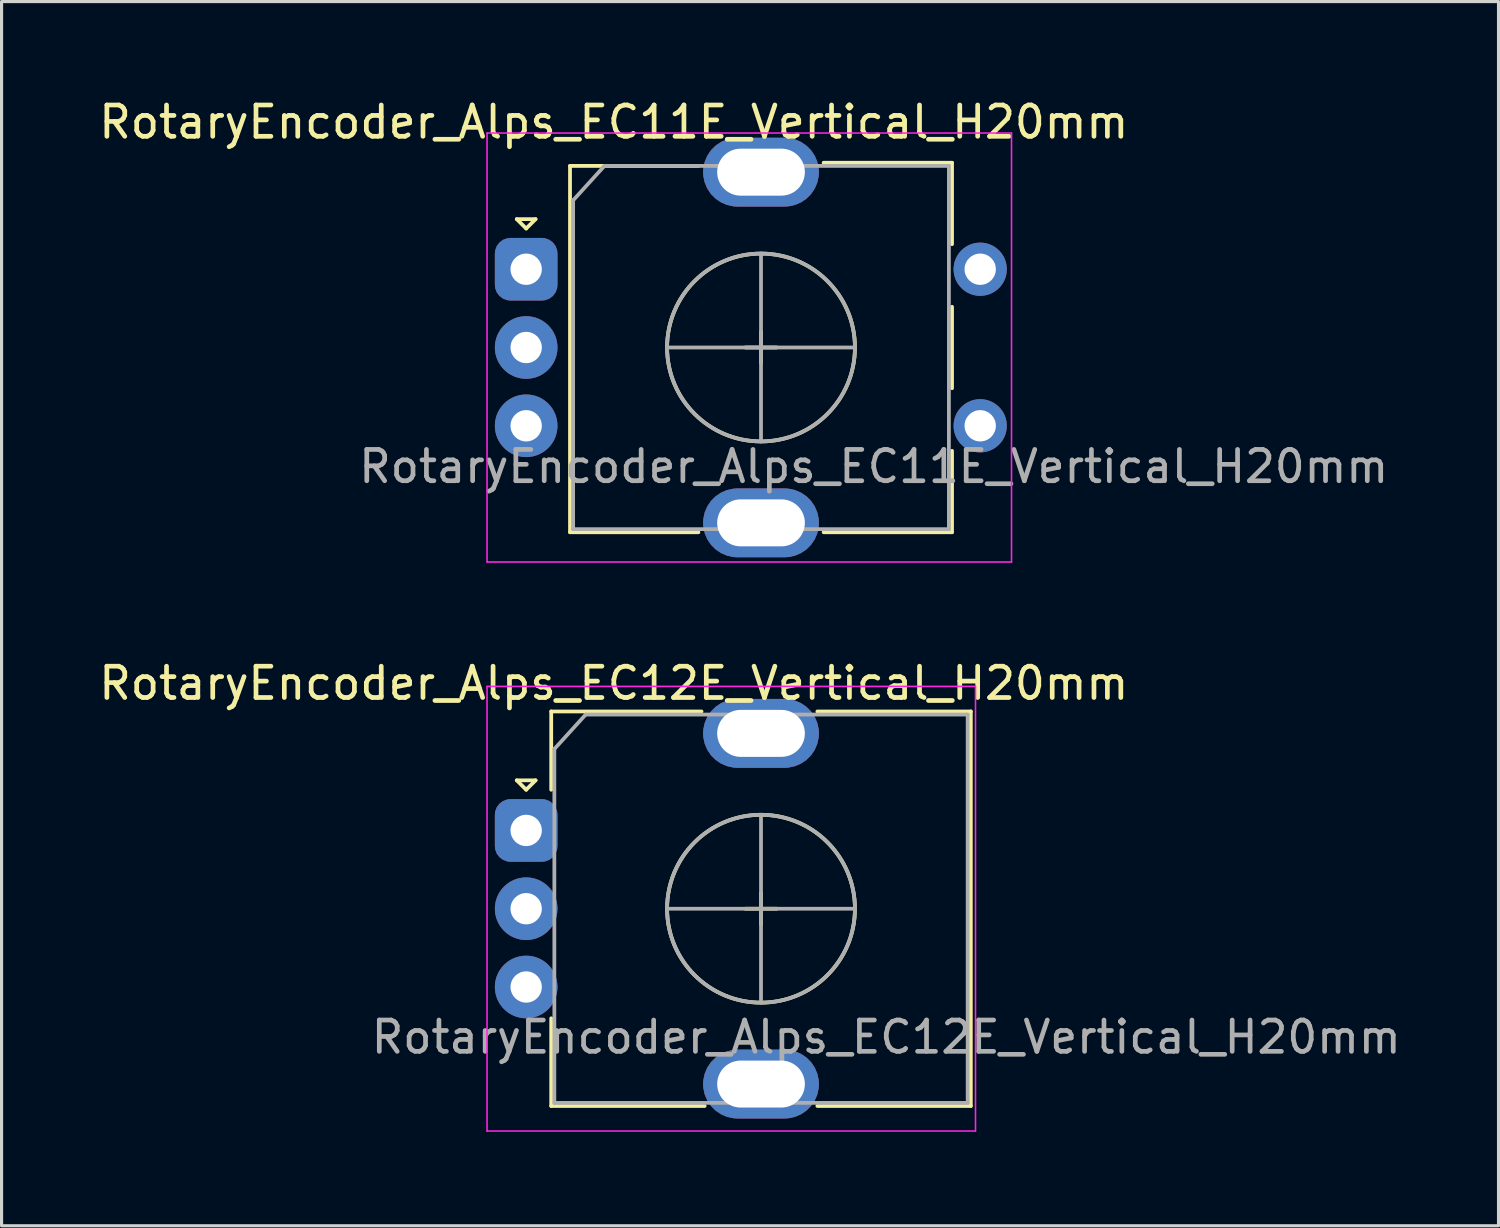
<source format=kicad_pcb>
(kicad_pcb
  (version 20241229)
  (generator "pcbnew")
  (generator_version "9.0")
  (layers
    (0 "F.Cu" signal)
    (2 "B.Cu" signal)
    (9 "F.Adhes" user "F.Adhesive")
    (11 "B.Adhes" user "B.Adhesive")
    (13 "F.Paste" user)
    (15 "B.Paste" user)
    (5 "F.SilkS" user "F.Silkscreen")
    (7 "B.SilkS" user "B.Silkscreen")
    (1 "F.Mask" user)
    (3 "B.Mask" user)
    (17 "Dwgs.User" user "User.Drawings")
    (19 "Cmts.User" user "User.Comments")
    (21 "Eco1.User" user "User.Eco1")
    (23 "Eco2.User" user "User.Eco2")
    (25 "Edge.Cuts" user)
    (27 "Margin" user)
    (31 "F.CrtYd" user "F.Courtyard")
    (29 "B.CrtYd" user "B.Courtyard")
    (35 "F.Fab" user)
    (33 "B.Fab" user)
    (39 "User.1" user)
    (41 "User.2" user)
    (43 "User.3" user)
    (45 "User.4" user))
  (footprint "RotaryEncoder_Alps_EC11E_Vertical_H20mm"
    (layer "F.Cu")
    (at 13.754 5.548)
    (property "Reference" "RotaryEncoder_Alps_EC11E_Vertical_H20mm" (at 2.8 -4.7 0) (layer "F.SilkS") (effects (font (size 1 1) (thickness 0.15))))
    (attr through_hole)
    (fp_line (start -0.3 -1.6) (end 0.3 -1.6) (stroke (width 0.12) (type solid)) (layer "F.SilkS"))
    (fp_line (start 0 -1.3) (end -0.3 -1.6) (stroke (width 0.12) (type solid)) (layer "F.SilkS"))
    (fp_line (start 0.3 -1.6) (end 0 -1.3) (stroke (width 0.12) (type solid)) (layer "F.SilkS"))
    (fp_line (start 1.4 -3.3) (end 1.4 8.4) (stroke (width 0.12) (type solid)) (layer "F.SilkS"))
    (fp_line (start 5.5 -3.3) (end 1.4 -3.3) (stroke (width 0.12) (type solid)) (layer "F.SilkS"))
    (fp_line (start 5.5 8.4) (end 1.4 8.4) (stroke (width 0.12) (type solid)) (layer "F.SilkS"))
    (fp_line (start 7 2.5) (end 8 2.5) (stroke (width 0.12) (type solid)) (layer "F.SilkS"))
    (fp_line (start 7.5 2) (end 7.5 3) (stroke (width 0.12) (type solid)) (layer "F.SilkS"))
    (fp_line (start 9.5 -3.4) (end 13.6 -3.4) (stroke (width 0.12) (type solid)) (layer "F.SilkS"))
    (fp_line (start 13.6 -3.4) (end 13.6 -0.8) (stroke (width 0.12) (type solid)) (layer "F.SilkS"))
    (fp_line (start 13.6 1.2) (end 13.6 3.8) (stroke (width 0.12) (type solid)) (layer "F.SilkS"))
    (fp_line (start 13.6 5.8) (end 13.6 8.4) (stroke (width 0.12) (type solid)) (layer "F.SilkS"))
    (fp_line (start 13.6 8.4) (end 9.5 8.4) (stroke (width 0.12) (type solid)) (layer "F.SilkS"))
    (fp_circle (center 7.5 2.5) (end 10.5 2.5) (stroke (width 0.12) (type solid)) (fill no) (layer "F.SilkS"))
    (fp_line (start -1.25 -4.35) (end -1.25 9.35) (stroke (width 0.05) (type solid)) (layer "F.CrtYd"))
    (fp_line (start -1.25 -4.35) (end 15.5 -4.35) (stroke (width 0.05) (type solid)) (layer "F.CrtYd"))
    (fp_line (start 15.5 9.35) (end -1.25 9.35) (stroke (width 0.05) (type solid)) (layer "F.CrtYd"))
    (fp_line (start 15.5 9.35) (end 15.5 -4.35) (stroke (width 0.05) (type solid)) (layer "F.CrtYd"))
    (fp_line (start 1.5 -2.2) (end 2.5 -3.3) (stroke (width 0.12) (type solid)) (layer "F.Fab"))
    (fp_line (start 1.5 8.3) (end 1.5 -2.2) (stroke (width 0.12) (type solid)) (layer "F.Fab"))
    (fp_line (start 2.5 -3.3) (end 13.5 -3.3) (stroke (width 0.12) (type solid)) (layer "F.Fab"))
    (fp_line (start 4.5 2.5) (end 10.5 2.5) (stroke (width 0.12) (type solid)) (layer "F.Fab"))
    (fp_line (start 7.5 -0.5) (end 7.5 5.5) (stroke (width 0.12) (type solid)) (layer "F.Fab"))
    (fp_line (start 13.5 -3.3) (end 13.5 8.3) (stroke (width 0.12) (type solid)) (layer "F.Fab"))
    (fp_line (start 13.5 8.3) (end 1.5 8.3) (stroke (width 0.12) (type solid)) (layer "F.Fab"))
    (fp_circle (center 7.5 2.5) (end 10.5 2.5) (stroke (width 0.12) (type solid)) (fill no) (layer "F.Fab"))
    (fp_text user "${REFERENCE}" (at 11.1 6.3 0) (layer "F.Fab") (effects (font (size 1 1) (thickness 0.15))))
    (pad "" thru_hole circle (at 14.5 0) (size 1.7 1.7) (drill 1) (layers "*.Cu" "*.Mask"))
    (pad "" thru_hole circle (at 14.5 5) (size 1.7 1.7) (drill 1) (layers "*.Cu" "*.Mask"))
    (pad "A" thru_hole roundrect (at 0 0) (size 2 2) (drill 1) (layers "*.Cu" "*.Mask") (roundrect_rratio 0.25))
    (pad "B" thru_hole circle (at 0 5) (size 2 2) (drill 1) (layers "*.Cu" "*.Mask"))
    (pad "C" thru_hole circle (at 0 2.5) (size 2 2) (drill 1) (layers "*.Cu" "*.Mask"))
    (pad "MP" thru_hole roundrect (at 7.5 -3.1) (size 3.7 2.2) (drill oval 2.8 1.5) (layers "*.Cu" "*.Mask") (roundrect_rratio 0.5))
    (pad "MP" thru_hole roundrect (at 7.5 8.1) (size 3.7 2.2) (drill oval 2.8 1.5) (layers "*.Cu" "*.Mask") (roundrect_rratio 0.5)))
  (footprint "RotaryEncoder_Alps_EC12E_Vertical_H20mm"
    (layer "F.Cu")
    (at 13.754 23.471)
    (property "Reference" "RotaryEncoder_Alps_EC12E_Vertical_H20mm" (at 2.8 -4.7 0) (layer "F.SilkS") (effects (font (size 1 1) (thickness 0.15))))
    (attr through_hole)
    (fp_line (start -0.3 -1.6) (end 0.3 -1.6) (stroke (width 0.12) (type solid)) (layer "F.SilkS"))
    (fp_line (start 0 -1.3) (end -0.3 -1.6) (stroke (width 0.12) (type solid)) (layer "F.SilkS"))
    (fp_line (start 0.3 -1.6) (end 0 -1.3) (stroke (width 0.12) (type solid)) (layer "F.SilkS"))
    (fp_line (start 0.8 -3.8) (end 0.8 -1.3) (stroke (width 0.12) (type solid)) (layer "F.SilkS"))
    (fp_line (start 0.8 8.8) (end 0.8 6) (stroke (width 0.12) (type solid)) (layer "F.SilkS"))
    (fp_line (start 5.6 -3.8) (end 0.8 -3.8) (stroke (width 0.12) (type solid)) (layer "F.SilkS"))
    (fp_line (start 5.7 8.8) (end 0.8 8.8) (stroke (width 0.12) (type solid)) (layer "F.SilkS"))
    (fp_line (start 7 2.5) (end 8 2.5) (stroke (width 0.12) (type solid)) (layer "F.SilkS"))
    (fp_line (start 7.5 2) (end 7.5 3) (stroke (width 0.12) (type solid)) (layer "F.SilkS"))
    (fp_line (start 9.3 -3.8) (end 14.2 -3.8) (stroke (width 0.12) (type solid)) (layer "F.SilkS"))
    (fp_line (start 14.2 -3.8) (end 14.2 8.8) (stroke (width 0.12) (type solid)) (layer "F.SilkS"))
    (fp_line (start 14.2 8.8) (end 9.3 8.8) (stroke (width 0.12) (type solid)) (layer "F.SilkS"))
    (fp_circle (center 7.5 2.5) (end 10.5 2.5) (stroke (width 0.12) (type solid)) (fill no) (layer "F.SilkS"))
    (fp_line (start -1.25 -4.6) (end -1.25 9.6) (stroke (width 0.05) (type solid)) (layer "F.CrtYd"))
    (fp_line (start -1.25 -4.6) (end 14.35 -4.6) (stroke (width 0.05) (type solid)) (layer "F.CrtYd"))
    (fp_line (start 14.35 9.6) (end -1.25 9.6) (stroke (width 0.05) (type solid)) (layer "F.CrtYd"))
    (fp_line (start 14.35 9.6) (end 14.35 -4.6) (stroke (width 0.05) (type solid)) (layer "F.CrtYd"))
    (fp_line (start 0.9 -2.6) (end 1.9 -3.7) (stroke (width 0.12) (type solid)) (layer "F.Fab"))
    (fp_line (start 0.9 8.7) (end 0.9 -2.6) (stroke (width 0.12) (type solid)) (layer "F.Fab"))
    (fp_line (start 1.9 -3.7) (end 14.1 -3.7) (stroke (width 0.12) (type solid)) (layer "F.Fab"))
    (fp_line (start 4.5 2.5) (end 10.5 2.5) (stroke (width 0.12) (type solid)) (layer "F.Fab"))
    (fp_line (start 7.5 -0.5) (end 7.5 5.5) (stroke (width 0.12) (type solid)) (layer "F.Fab"))
    (fp_line (start 14.1 -3.7) (end 14.1 8.7) (stroke (width 0.12) (type solid)) (layer "F.Fab"))
    (fp_line (start 14.1 8.7) (end 0.9 8.7) (stroke (width 0.12) (type solid)) (layer "F.Fab"))
    (fp_circle (center 7.5 2.5) (end 10.5 2.5) (stroke (width 0.12) (type solid)) (fill no) (layer "F.Fab"))
    (fp_text user "${REFERENCE}" (at 11.5 6.6 0) (layer "F.Fab") (effects (font (size 1 1) (thickness 0.15))))
    (pad "A" thru_hole roundrect (at 0 0) (size 2 2) (drill 1) (layers "*.Cu" "*.Mask") (roundrect_rratio 0.25))
    (pad "B" thru_hole circle (at 0 5) (size 2 2) (drill 1) (layers "*.Cu" "*.Mask"))
    (pad "C" thru_hole circle (at 0 2.5) (size 2 2) (drill 1) (layers "*.Cu" "*.Mask"))
    (pad "MP" thru_hole roundrect (at 7.5 -3.1) (size 3.7 2.2) (drill oval 2.8 1.5) (layers "*.Cu" "*.Mask") (roundrect_rratio 0.5))
    (pad "MP" thru_hole roundrect (at 7.5 8.1) (size 3.7 2.2) (drill oval 2.8 1.5) (layers "*.Cu" "*.Mask") (roundrect_rratio 0.5)))
  (gr_rect
    (start -3 -3)
    (end 44.807 36.096)
    (stroke (width 0.1) (type default))
    (fill no)
    (layer "Edge.Cuts")))
</source>
